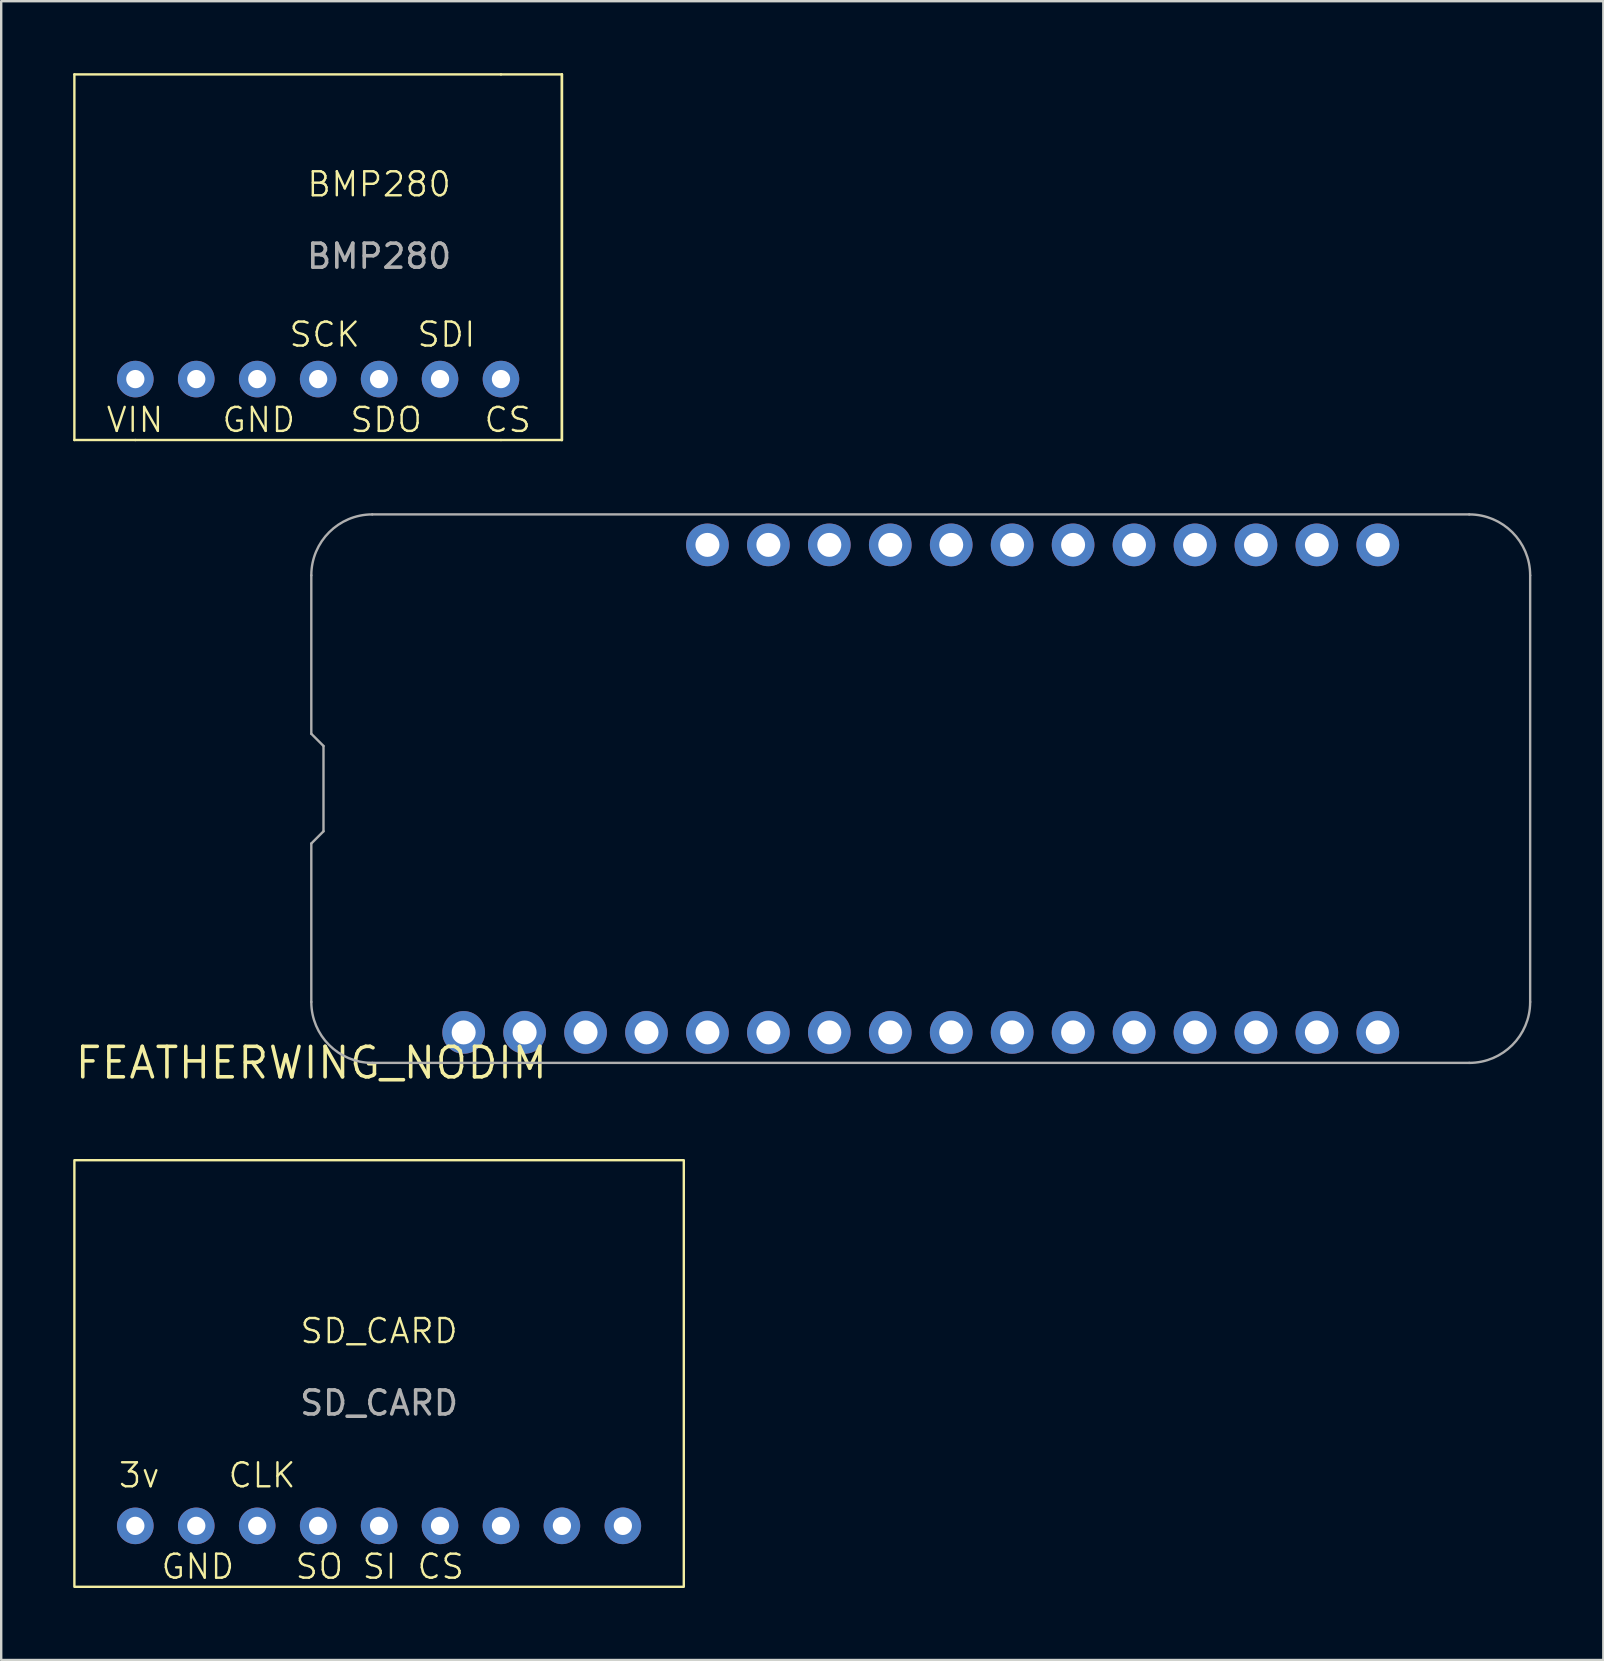
<source format=kicad_pcb>
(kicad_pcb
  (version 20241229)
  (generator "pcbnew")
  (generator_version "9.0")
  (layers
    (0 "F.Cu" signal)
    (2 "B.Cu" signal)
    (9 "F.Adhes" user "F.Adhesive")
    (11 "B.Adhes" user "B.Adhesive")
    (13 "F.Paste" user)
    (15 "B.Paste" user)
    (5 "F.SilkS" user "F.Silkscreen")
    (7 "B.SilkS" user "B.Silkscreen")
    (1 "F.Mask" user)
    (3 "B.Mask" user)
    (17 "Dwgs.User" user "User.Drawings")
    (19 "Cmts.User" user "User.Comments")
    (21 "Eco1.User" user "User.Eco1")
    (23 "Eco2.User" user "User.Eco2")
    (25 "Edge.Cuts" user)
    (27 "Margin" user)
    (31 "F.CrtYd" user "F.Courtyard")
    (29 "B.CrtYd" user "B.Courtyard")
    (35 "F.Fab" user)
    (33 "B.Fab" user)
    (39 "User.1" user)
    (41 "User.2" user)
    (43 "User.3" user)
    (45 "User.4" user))
  (footprint "FEATHERWING_NODIM"
    (layer "F.Cu")
    (at 9.925 41.25)
    (property "Reference" "FEATHERWING_NODIM" (at 0 0 0) (unlocked yes) (layer "F.SilkS") (effects (font (size 1.27 1.27) (thickness 0.15))))
    (fp_line (start 0 -20.32) (end 0 -13.716) (stroke (width 0.1) (type solid)) (layer "F.Fab"))
    (fp_line (start 0 -13.716) (end 0.508 -13.208) (stroke (width 0.1) (type solid)) (layer "F.Fab"))
    (fp_line (start 0 -9.144) (end 0 -2.54) (stroke (width 0.1) (type solid)) (layer "F.Fab"))
    (fp_line (start 0.508 -13.208) (end 0.508 -9.652) (stroke (width 0.1) (type solid)) (layer "F.Fab"))
    (fp_line (start 0.508 -9.652) (end 0 -9.144) (stroke (width 0.1) (type solid)) (layer "F.Fab"))
    (fp_line (start 2.54 0) (end 48.26 0) (stroke (width 0.1) (type solid)) (layer "F.Fab"))
    (fp_line (start 48.26 -22.86) (end 2.54 -22.86) (stroke (width 0.1) (type solid)) (layer "F.Fab"))
    (fp_line (start 50.8 -2.54) (end 50.8 -20.32) (stroke (width 0.1) (type solid)) (layer "F.Fab"))
    (fp_arc (start 0 -20.32) (mid 0.743949 -22.116051) (end 2.54 -22.86) (stroke (width 0.1) (type solid)) (layer "F.Fab"))
    (fp_arc (start 2.54 0) (mid 0.743949 -0.743949) (end 0 -2.54) (stroke (width 0.1) (type solid)) (layer "F.Fab"))
    (fp_arc (start 48.26 -22.86) (mid 50.056051 -22.116051) (end 50.8 -20.32) (stroke (width 0.1) (type solid)) (layer "F.Fab"))
    (fp_arc (start 50.8 -2.54) (mid 50.056051 -0.743949) (end 48.26 0) (stroke (width 0.1) (type solid)) (layer "F.Fab"))
    (pad "1" thru_hole circle (at 6.35 -1.27) (size 1.778 1.778) (drill 1) (layers "*.Cu" "*.Mask"))
    (pad "2" thru_hole circle (at 8.89 -1.27) (size 1.778 1.778) (drill 1) (layers "*.Cu" "*.Mask"))
    (pad "3" thru_hole circle (at 11.43 -1.27) (size 1.778 1.778) (drill 1) (layers "*.Cu" "*.Mask"))
    (pad "4" thru_hole circle (at 13.97 -1.27) (size 1.778 1.778) (drill 1) (layers "*.Cu" "*.Mask"))
    (pad "5" thru_hole circle (at 16.51 -1.27) (size 1.778 1.778) (drill 1) (layers "*.Cu" "*.Mask"))
    (pad "6" thru_hole circle (at 19.05 -1.27) (size 1.778 1.778) (drill 1) (layers "*.Cu" "*.Mask"))
    (pad "7" thru_hole circle (at 21.59 -1.27) (size 1.778 1.778) (drill 1) (layers "*.Cu" "*.Mask"))
    (pad "8" thru_hole circle (at 24.13 -1.27) (size 1.778 1.778) (drill 1) (layers "*.Cu" "*.Mask"))
    (pad "9" thru_hole circle (at 26.67 -1.27) (size 1.778 1.778) (drill 1) (layers "*.Cu" "*.Mask"))
    (pad "10" thru_hole circle (at 29.21 -1.27) (size 1.778 1.778) (drill 1) (layers "*.Cu" "*.Mask"))
    (pad "11" thru_hole circle (at 31.75 -1.27) (size 1.778 1.778) (drill 1) (layers "*.Cu" "*.Mask"))
    (pad "12" thru_hole circle (at 34.29 -1.27) (size 1.778 1.778) (drill 1) (layers "*.Cu" "*.Mask"))
    (pad "13" thru_hole circle (at 36.83 -1.27) (size 1.778 1.778) (drill 1) (layers "*.Cu" "*.Mask"))
    (pad "14" thru_hole circle (at 39.37 -1.27) (size 1.778 1.778) (drill 1) (layers "*.Cu" "*.Mask"))
    (pad "15" thru_hole circle (at 41.91 -1.27) (size 1.778 1.778) (drill 1) (layers "*.Cu" "*.Mask"))
    (pad "16" thru_hole circle (at 44.45 -1.27) (size 1.778 1.778) (drill 1) (layers "*.Cu" "*.Mask"))
    (pad "17" thru_hole circle (at 44.45 -21.59) (size 1.778 1.778) (drill 1) (layers "*.Cu" "*.Mask"))
    (pad "18" thru_hole circle (at 41.91 -21.59) (size 1.778 1.778) (drill 1) (layers "*.Cu" "*.Mask"))
    (pad "19" thru_hole circle (at 39.37 -21.59) (size 1.778 1.778) (drill 1) (layers "*.Cu" "*.Mask"))
    (pad "20" thru_hole circle (at 36.83 -21.59) (size 1.778 1.778) (drill 1) (layers "*.Cu" "*.Mask"))
    (pad "21" thru_hole circle (at 34.29 -21.59) (size 1.778 1.778) (drill 1) (layers "*.Cu" "*.Mask"))
    (pad "22" thru_hole circle (at 31.75 -21.59) (size 1.778 1.778) (drill 1) (layers "*.Cu" "*.Mask"))
    (pad "23" thru_hole circle (at 29.21 -21.59) (size 1.778 1.778) (drill 1) (layers "*.Cu" "*.Mask"))
    (pad "24" thru_hole circle (at 26.67 -21.59) (size 1.778 1.778) (drill 1) (layers "*.Cu" "*.Mask"))
    (pad "25" thru_hole circle (at 24.13 -21.59) (size 1.778 1.778) (drill 1) (layers "*.Cu" "*.Mask"))
    (pad "26" thru_hole circle (at 21.59 -21.59) (size 1.778 1.778) (drill 1) (layers "*.Cu" "*.Mask"))
    (pad "27" thru_hole circle (at 19.05 -21.59) (size 1.778 1.778) (drill 1) (layers "*.Cu" "*.Mask"))
    (pad "28" thru_hole circle (at 16.51 -21.59) (size 1.778 1.778) (drill 1) (layers "*.Cu" "*.Mask")))
  (footprint "SD_CARD"
    (layer "F.Cu")
    (at 12.75 52.926)
    (property "Reference" "SD_CARD" (at 0 -0.5 0) (unlocked yes) (layer "F.SilkS") (effects (font (size 1 1) (thickness 0.1))))
    (attr through_hole)
    (fp_rect (start -12.7 10.16) (end 12.7 -7.62) (stroke (width 0.1) (type default)) (fill no) (layer "F.SilkS"))
    (fp_text user "CS" (at 1.524 9.906 0) (unlocked yes) (layer "F.SilkS") (effects (font (size 1 1) (thickness 0.1)) (justify left bottom)))
    (fp_text user "CLK" (at -6.35 6.096 0) (unlocked yes) (layer "F.SilkS") (effects (font (size 1 1) (thickness 0.1)) (justify left bottom)))
    (fp_text user "GND" (at -9.144 9.906 0) (unlocked yes) (layer "F.SilkS") (effects (font (size 1 1) (thickness 0.1)) (justify left bottom)))
    (fp_text user "SI" (at -0.762 9.906 0) (unlocked yes) (layer "F.SilkS") (effects (font (size 1 1) (thickness 0.1)) (justify left bottom)))
    (fp_text user "3v" (at -10.922 6.096 0) (unlocked yes) (layer "F.SilkS") (effects (font (size 1 1) (thickness 0.1)) (justify left bottom)))
    (fp_text user "SO" (at -3.556 9.906 0) (unlocked yes) (layer "F.SilkS") (effects (font (size 1 1) (thickness 0.1)) (justify left bottom)))
    (fp_text user "${REFERENCE}" (at 0 2.5 0) (unlocked yes) (layer "F.Fab") (effects (font (size 1 1) (thickness 0.15))))
    (pad "1" thru_hole circle (at -10.16 7.62) (size 1.524 1.524) (drill 0.762) (layers "*.Cu" "*.Mask"))
    (pad "2" thru_hole circle (at -7.62 7.62) (size 1.524 1.524) (drill 0.762) (layers "*.Cu" "*.Mask"))
    (pad "3" thru_hole circle (at -5.08 7.62) (size 1.524 1.524) (drill 0.762) (layers "*.Cu" "*.Mask"))
    (pad "4" thru_hole circle (at -2.54 7.62) (size 1.524 1.524) (drill 0.762) (layers "*.Cu" "*.Mask"))
    (pad "5" thru_hole circle (at 0 7.62) (size 1.524 1.524) (drill 0.762) (layers "*.Cu" "*.Mask"))
    (pad "6" thru_hole circle (at 2.54 7.62) (size 1.524 1.524) (drill 0.762) (layers "*.Cu" "*.Mask"))
    (pad "7" thru_hole circle (at 5.08 7.62) (size 1.524 1.524) (drill 0.762) (layers "*.Cu" "*.Mask"))
    (pad "8" thru_hole circle (at 7.62 7.62) (size 1.524 1.524) (drill 0.762) (layers "*.Cu" "*.Mask"))
    (pad "9" thru_hole circle (at 10.16 7.62) (size 1.524 1.524) (drill 0.762) (layers "*.Cu" "*.Mask")))
  (footprint "BMP280"
    (layer "F.Cu")
    (at 12.75 5.13)
    (property "Reference" "BMP280" (at 0 -0.5 0) (unlocked yes) (layer "F.SilkS") (effects (font (size 1 1) (thickness 0.1))))
    (attr through_hole)
    (fp_line (start -12.7 -5.08) (end 5.08 -5.08) (stroke (width 0.1) (type default)) (layer "F.SilkS"))
    (fp_line (start -12.7 10.16) (end -12.7 -5.08) (stroke (width 0.1) (type default)) (layer "F.SilkS"))
    (fp_line (start -10.16 10.16) (end -12.7 10.16) (stroke (width 0.1) (type default)) (layer "F.SilkS"))
    (fp_line (start 5.08 -5.08) (end 7.62 -5.08) (stroke (width 0.1) (type default)) (layer "F.SilkS"))
    (fp_line (start 5.08 10.16) (end -10.16 10.16) (stroke (width 0.1) (type default)) (layer "F.SilkS"))
    (fp_line (start 7.62 -5.08) (end 7.62 10.16) (stroke (width 0.1) (type default)) (layer "F.SilkS"))
    (fp_line (start 7.62 -5.08) (end 7.62 10.16) (stroke (width 0.1) (type default)) (layer "F.SilkS"))
    (fp_line (start 7.62 10.16) (end 5.08 10.16) (stroke (width 0.1) (type default)) (layer "F.SilkS"))
    (fp_text user "SCK" (at -3.81 6.35 0) (unlocked yes) (layer "F.SilkS") (effects (font (size 1 1) (thickness 0.1)) (justify left bottom)))
    (fp_text user "SDI" (at 1.524 6.35 0) (unlocked yes) (layer "F.SilkS") (effects (font (size 1 1) (thickness 0.1)) (justify left bottom)))
    (fp_text user "VIN" (at -11.43 9.906 0) (unlocked yes) (layer "F.SilkS") (effects (font (size 1 1) (thickness 0.1)) (justify left bottom)))
    (fp_text user "SDO" (at -1.27 9.906 0) (unlocked yes) (layer "F.SilkS") (effects (font (size 1 1) (thickness 0.1)) (justify left bottom)))
    (fp_text user "CS" (at 4.318 9.906 0) (unlocked yes) (layer "F.SilkS") (effects (font (size 1 1) (thickness 0.1)) (justify left bottom)))
    (fp_text user "GND" (at -6.604 9.906 0) (unlocked yes) (layer "F.SilkS") (effects (font (size 1 1) (thickness 0.1)) (justify left bottom)))
    (fp_text user "${REFERENCE}" (at 0 2.5 0) (unlocked yes) (layer "F.Fab") (effects (font (size 1 1) (thickness 0.15))))
    (pad "1" thru_hole circle (at -10.16 7.62) (size 1.524 1.524) (drill 0.762) (layers "*.Cu" "*.Mask"))
    (pad "2" thru_hole circle (at -7.62 7.62) (size 1.524 1.524) (drill 0.762) (layers "*.Cu" "*.Mask"))
    (pad "3" thru_hole circle (at -5.08 7.62) (size 1.524 1.524) (drill 0.762) (layers "*.Cu" "*.Mask"))
    (pad "4" thru_hole circle (at -2.54 7.62) (size 1.524 1.524) (drill 0.762) (layers "*.Cu" "*.Mask"))
    (pad "5" thru_hole circle (at 0 7.62) (size 1.524 1.524) (drill 0.762) (layers "*.Cu" "*.Mask"))
    (pad "6" thru_hole circle (at 2.54 7.62) (size 1.524 1.524) (drill 0.762) (layers "*.Cu" "*.Mask"))
    (pad "7" thru_hole circle (at 5.08 7.62) (size 1.524 1.524) (drill 0.762) (layers "*.Cu" "*.Mask")))
  (gr_rect
    (start -3 -3)
    (end 63.775 66.136)
    (stroke (width 0.1) (type default))
    (fill no)
    (layer "Edge.Cuts")))
</source>
